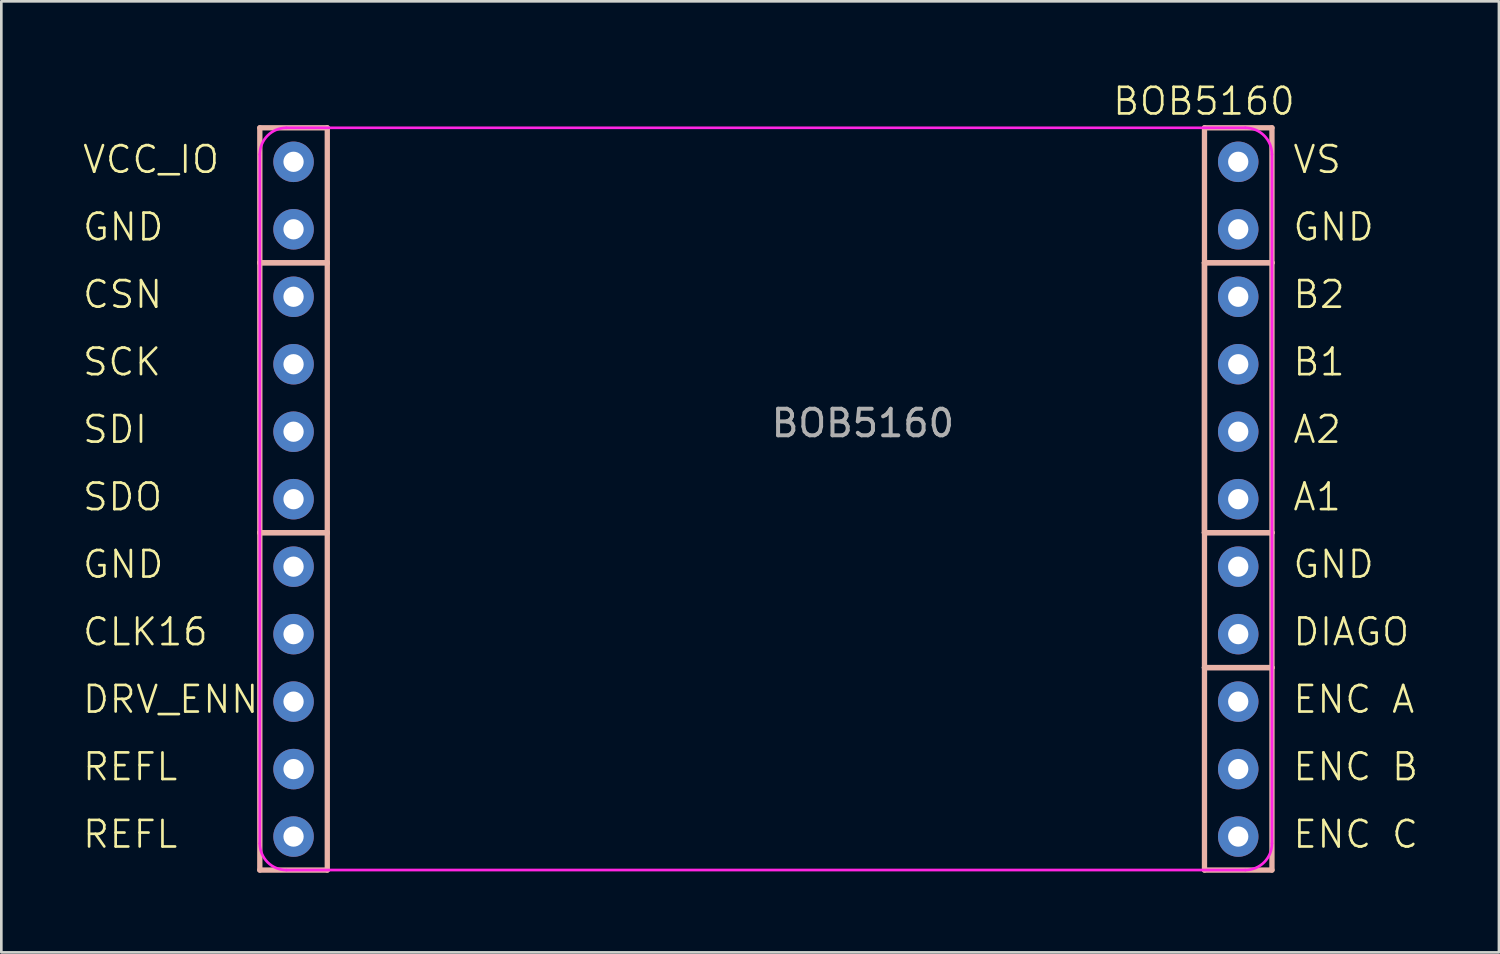
<source format=kicad_pcb>
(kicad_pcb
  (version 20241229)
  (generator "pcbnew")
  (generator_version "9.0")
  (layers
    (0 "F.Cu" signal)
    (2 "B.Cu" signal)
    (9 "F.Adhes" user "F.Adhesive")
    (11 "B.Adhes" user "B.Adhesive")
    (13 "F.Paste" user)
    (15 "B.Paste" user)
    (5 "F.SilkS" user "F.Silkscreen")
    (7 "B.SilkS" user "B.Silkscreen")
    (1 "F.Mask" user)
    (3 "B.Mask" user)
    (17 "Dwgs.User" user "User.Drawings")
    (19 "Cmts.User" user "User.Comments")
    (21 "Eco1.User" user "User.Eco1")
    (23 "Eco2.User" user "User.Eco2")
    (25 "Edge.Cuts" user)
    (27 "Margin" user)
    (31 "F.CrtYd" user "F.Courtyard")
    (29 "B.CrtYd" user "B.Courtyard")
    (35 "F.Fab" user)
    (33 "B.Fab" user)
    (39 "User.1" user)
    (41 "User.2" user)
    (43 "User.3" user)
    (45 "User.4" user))
  (footprint "BOB5160"
    (layer "F.Cu")
    (at 6.63 1.581)
    (property "Reference" "BOB5160" (at 35.64 -0.82 0) (unlocked yes) (layer "F.SilkS") (effects (font (size 1 1) (thickness 0.1))))
    (attr through_hole)
    (fp_line (start 0.1 0.18) (end 2.64 0.18) (stroke (width 0.2) (type solid)) (layer "B.SilkS"))
    (fp_line (start 0.1 5.26) (end 0.1 0.18) (stroke (width 0.2) (type solid)) (layer "B.SilkS"))
    (fp_line (start 0.1 5.26) (end 2.64 5.26) (stroke (width 0.2) (type solid)) (layer "B.SilkS"))
    (fp_line (start 0.1 5.26) (end 2.64 5.26) (stroke (width 0.2) (type solid)) (layer "B.SilkS"))
    (fp_line (start 0.1 15.42) (end 0.1 5.26) (stroke (width 0.2) (type solid)) (layer "B.SilkS"))
    (fp_line (start 0.1 15.42) (end 2.64 15.42) (stroke (width 0.2) (type solid)) (layer "B.SilkS"))
    (fp_line (start 0.1 15.42) (end 2.64 15.42) (stroke (width 0.2) (type solid)) (layer "B.SilkS"))
    (fp_line (start 0.1 28.12) (end 0.1 15.42) (stroke (width 0.2) (type solid)) (layer "B.SilkS"))
    (fp_line (start 0.1 28.12) (end 2.64 28.12) (stroke (width 0.2) (type solid)) (layer "B.SilkS"))
    (fp_line (start 2.64 5.26) (end 2.64 0.18) (stroke (width 0.2) (type solid)) (layer "B.SilkS"))
    (fp_line (start 2.64 15.42) (end 2.64 5.26) (stroke (width 0.2) (type solid)) (layer "B.SilkS"))
    (fp_line (start 2.64 28.12) (end 2.64 15.42) (stroke (width 0.2) (type solid)) (layer "B.SilkS"))
    (fp_line (start 35.66 0.18) (end 38.2 0.18) (stroke (width 0.2) (type solid)) (layer "B.SilkS"))
    (fp_line (start 35.66 5.26) (end 35.66 0.18) (stroke (width 0.2) (type solid)) (layer "B.SilkS"))
    (fp_line (start 35.66 5.26) (end 38.2 5.26) (stroke (width 0.2) (type solid)) (layer "B.SilkS"))
    (fp_line (start 35.66 5.26) (end 38.2 5.26) (stroke (width 0.2) (type solid)) (layer "B.SilkS"))
    (fp_line (start 35.66 15.42) (end 35.66 5.26) (stroke (width 0.2) (type solid)) (layer "B.SilkS"))
    (fp_line (start 35.66 15.42) (end 35.66 5.26) (stroke (width 0.203) (type solid)) (layer "B.SilkS"))
    (fp_line (start 35.66 15.42) (end 38.2 15.42) (stroke (width 0.2) (type solid)) (layer "B.SilkS"))
    (fp_line (start 35.66 15.42) (end 38.2 15.42) (stroke (width 0.2) (type solid)) (layer "B.SilkS"))
    (fp_line (start 35.66 20.5) (end 35.66 15.42) (stroke (width 0.2) (type solid)) (layer "B.SilkS"))
    (fp_line (start 35.66 20.5) (end 38.2 20.5) (stroke (width 0.2) (type solid)) (layer "B.SilkS"))
    (fp_line (start 35.66 20.5) (end 38.2 20.5) (stroke (width 0.2) (type solid)) (layer "B.SilkS"))
    (fp_line (start 35.66 28.12) (end 35.66 20.5) (stroke (width 0.2) (type solid)) (layer "B.SilkS"))
    (fp_line (start 35.66 28.12) (end 38.2 28.12) (stroke (width 0.2) (type solid)) (layer "B.SilkS"))
    (fp_line (start 38.2 5.26) (end 38.2 0.18) (stroke (width 0.2) (type solid)) (layer "B.SilkS"))
    (fp_line (start 38.2 15.42) (end 38.2 5.26) (stroke (width 0.2) (type solid)) (layer "B.SilkS"))
    (fp_line (start 38.2 20.5) (end 38.2 15.42) (stroke (width 0.2) (type solid)) (layer "B.SilkS"))
    (fp_line (start 38.2 28.12) (end 38.2 20.5) (stroke (width 0.2) (type solid)) (layer "B.SilkS"))
    (fp_line (start 0.1 1.18) (end 0.1 27.12) (stroke (width 0.102) (type solid)) (layer "F.CrtYd"))
    (fp_line (start 1.1 0.18) (end 37.2 0.18) (stroke (width 0.102) (type solid)) (layer "F.CrtYd"))
    (fp_line (start 1.1 28.12) (end 37.2 28.12) (stroke (width 0.102) (type solid)) (layer "F.CrtYd"))
    (fp_line (start 38.2 27.12) (end 38.2 1.18) (stroke (width 0.102) (type solid)) (layer "F.CrtYd"))
    (fp_arc (start 0.1 1.18) (mid 0.392893 0.472894) (end 1.1 0.18) (stroke (width 0.1016) (type solid)) (layer "F.CrtYd"))
    (fp_arc (start 1.1 28.12) (mid 0.392894 27.827107) (end 0.1 27.12) (stroke (width 0.1016) (type solid)) (layer "F.CrtYd"))
    (fp_arc (start 37.2 0.18) (mid 37.907106 0.472893) (end 38.2 1.18) (stroke (width 0.1016) (type solid)) (layer "F.CrtYd"))
    (fp_arc (start 38.2 27.12) (mid 37.907107 27.827106) (end 37.2 28.12) (stroke (width 0.1016) (type solid)) (layer "F.CrtYd"))
    (fp_text user "GND" (at -6.63 4.5 0) (unlocked yes) (layer "F.SilkS") (effects (font (size 1 1) (thickness 0.1)) (justify left bottom)))
    (fp_text user "VCC_IO" (at -6.63 1.96 0) (unlocked yes) (layer "F.SilkS") (effects (font (size 1 1) (thickness 0.1)) (justify left bottom)))
    (fp_text user "REFL" (at -6.63 27.36 0) (unlocked yes) (layer "F.SilkS") (effects (font (size 1 1) (thickness 0.1)) (justify left bottom)))
    (fp_text user "ENC C" (at 38.93 27.36 0) (unlocked yes) (layer "F.SilkS") (effects (font (size 1 1) (thickness 0.1)) (justify left bottom)))
    (fp_text user "GND" (at 38.93 17.2 0) (unlocked yes) (layer "F.SilkS") (effects (font (size 1 1) (thickness 0.1)) (justify left bottom)))
    (fp_text user "REFL" (at -6.63 24.82 0) (unlocked yes) (layer "F.SilkS") (effects (font (size 1 1) (thickness 0.1)) (justify left bottom)))
    (fp_text user "A2" (at 38.93 12.12 0) (unlocked yes) (layer "F.SilkS") (effects (font (size 1 1) (thickness 0.1)) (justify left bottom)))
    (fp_text user "A1" (at 38.93 14.66 0) (unlocked yes) (layer "F.SilkS") (effects (font (size 1 1) (thickness 0.1)) (justify left bottom)))
    (fp_text user "ENC A" (at 38.93 22.28 0) (unlocked yes) (layer "F.SilkS") (effects (font (size 1 1) (thickness 0.1)) (justify left bottom)))
    (fp_text user "GND" (at -6.63 17.2 0) (unlocked yes) (layer "F.SilkS") (effects (font (size 1 1) (thickness 0.1)) (justify left bottom)))
    (fp_text user "DIAGO" (at 38.93 19.74 0) (unlocked yes) (layer "F.SilkS") (effects (font (size 1 1) (thickness 0.1)) (justify left bottom)))
    (fp_text user "CSN" (at -6.63 7.04 0) (unlocked yes) (layer "F.SilkS") (effects (font (size 1 1) (thickness 0.1)) (justify left bottom)))
    (fp_text user "B1" (at 38.93 9.58 0) (unlocked yes) (layer "F.SilkS") (effects (font (size 1 1) (thickness 0.1)) (justify left bottom)))
    (fp_text user "ENC B" (at 38.93 24.82 0) (unlocked yes) (layer "F.SilkS") (effects (font (size 1 1) (thickness 0.1)) (justify left bottom)))
    (fp_text user "VS" (at 38.93 1.96 0) (unlocked yes) (layer "F.SilkS") (effects (font (size 1 1) (thickness 0.1)) (justify left bottom)))
    (fp_text user "B2" (at 38.93 7.04 0) (unlocked yes) (layer "F.SilkS") (effects (font (size 1 1) (thickness 0.1)) (justify left bottom)))
    (fp_text user "CLK16" (at -6.63 19.74 0) (unlocked yes) (layer "F.SilkS") (effects (font (size 1 1) (thickness 0.1)) (justify left bottom)))
    (fp_text user "SCK" (at -6.63 9.58 0) (unlocked yes) (layer "F.SilkS") (effects (font (size 1 1) (thickness 0.1)) (justify left bottom)))
    (fp_text user "SDO" (at -6.63 14.66 0) (unlocked yes) (layer "F.SilkS") (effects (font (size 1 1) (thickness 0.1)) (justify left bottom)))
    (fp_text user "DRV_ENN" (at -6.63 22.28 0) (unlocked yes) (layer "F.SilkS") (effects (font (size 1 1) (thickness 0.1)) (justify left bottom)))
    (fp_text user "GND" (at 38.93 4.5 0) (unlocked yes) (layer "F.SilkS") (effects (font (size 1 1) (thickness 0.1)) (justify left bottom)))
    (fp_text user "SDI" (at -6.63 12.12 0) (unlocked yes) (layer "F.SilkS") (effects (font (size 1 1) (thickness 0.1)) (justify left bottom)))
    (fp_text user "${REFERENCE}" (at 22.8 11.3 0) (unlocked yes) (layer "F.Fab") (effects (font (size 1 1) (thickness 0.15))))
    (pad "1" thru_hole circle (at 1.37 1.46) (size 1.524 1.524) (drill 0.762) (layers "*.Cu" "*.Mask"))
    (pad "2" thru_hole circle (at 1.37 4) (size 1.524 1.524) (drill 0.762) (layers "*.Cu" "*.Mask"))
    (pad "3" thru_hole circle (at 1.37 6.54) (size 1.524 1.524) (drill 0.762) (layers "*.Cu" "*.Mask"))
    (pad "4" thru_hole circle (at 1.37 9.08) (size 1.524 1.524) (drill 0.762) (layers "*.Cu" "*.Mask"))
    (pad "5" thru_hole circle (at 1.37 11.62) (size 1.524 1.524) (drill 0.762) (layers "*.Cu" "*.Mask"))
    (pad "6" thru_hole circle (at 1.37 14.16) (size 1.524 1.524) (drill 0.762) (layers "*.Cu" "*.Mask"))
    (pad "7" thru_hole circle (at 1.37 16.7) (size 1.524 1.524) (drill 0.762) (layers "*.Cu" "*.Mask"))
    (pad "8" thru_hole circle (at 1.37 19.24) (size 1.524 1.524) (drill 0.762) (layers "*.Cu" "*.Mask"))
    (pad "9" thru_hole circle (at 1.37 21.78) (size 1.524 1.524) (drill 0.762) (layers "*.Cu" "*.Mask"))
    (pad "10" thru_hole circle (at 1.37 24.32) (size 1.524 1.524) (drill 0.762) (layers "*.Cu" "*.Mask"))
    (pad "11" thru_hole circle (at 1.37 26.86) (size 1.524 1.524) (drill 0.762) (layers "*.Cu" "*.Mask"))
    (pad "12" thru_hole circle (at 36.93 1.46) (size 1.524 1.524) (drill 0.762) (layers "*.Cu" "*.Mask"))
    (pad "13" thru_hole circle (at 36.93 4) (size 1.524 1.524) (drill 0.762) (layers "*.Cu" "*.Mask"))
    (pad "14" thru_hole circle (at 36.93 6.54) (size 1.524 1.524) (drill 0.762) (layers "*.Cu" "*.Mask"))
    (pad "15" thru_hole circle (at 36.93 9.08) (size 1.524 1.524) (drill 0.762) (layers "*.Cu" "*.Mask"))
    (pad "16" thru_hole circle (at 36.93 11.62) (size 1.524 1.524) (drill 0.762) (layers "*.Cu" "*.Mask"))
    (pad "17" thru_hole circle (at 36.93 14.16) (size 1.524 1.524) (drill 0.762) (layers "*.Cu" "*.Mask"))
    (pad "18" thru_hole circle (at 36.93 16.7) (size 1.524 1.524) (drill 0.762) (layers "*.Cu" "*.Mask"))
    (pad "19" thru_hole circle (at 36.93 19.24) (size 1.524 1.524) (drill 0.762) (layers "*.Cu" "*.Mask"))
    (pad "20" thru_hole circle (at 36.93 21.78) (size 1.524 1.524) (drill 0.762) (layers "*.Cu" "*.Mask"))
    (pad "21" thru_hole circle (at 36.93 24.32) (size 1.524 1.524) (drill 0.762) (layers "*.Cu" "*.Mask"))
    (pad "22" thru_hole circle (at 36.93 26.86) (size 1.524 1.524) (drill 0.762) (layers "*.Cu" "*.Mask")))
  (gr_rect
    (start -3 -3)
    (end 53.374 32.8)
    (stroke (width 0.1) (type default))
    (fill no)
    (layer "Edge.Cuts")))
</source>
